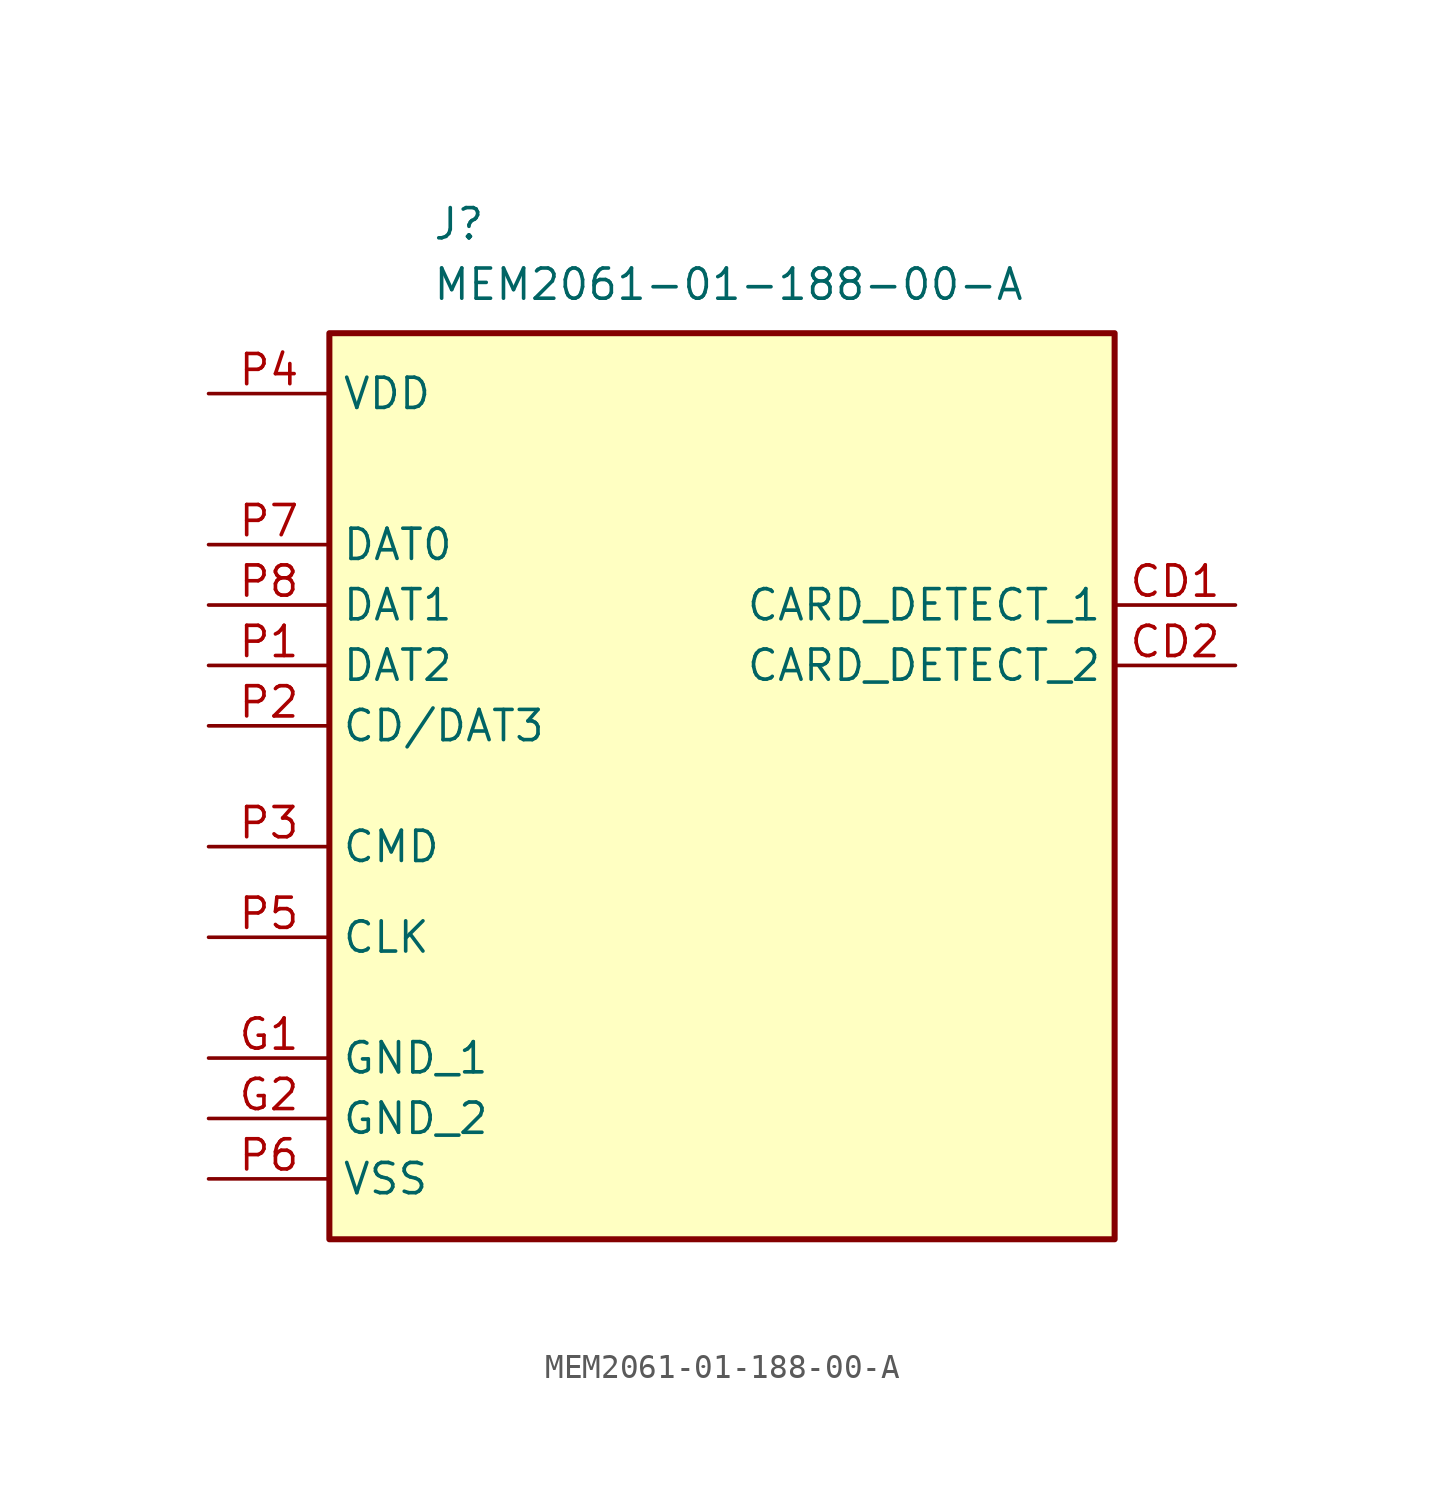
<source format=kicad_sym>
(kicad_symbol_lib
  (version 20231120)
  (generator "kicad_symbol_editor")
  (generator_version "8.0")
  (symbol "MEM2061-01-188-00-A"
    (property "Reference" "J"
      (at 9.398 7.874 0)
      (effects (font (size 1.27 1.27)) (justify left top)))
    (property "Value" "MEM2061-01-188-00-A"
      (at 9.398 5.334 0)
      (effects (font (size 1.27 1.27)) (justify left top)))
    (symbol "MEM2061-01-188-00-A_1_1"
      (rectangle (start 5.08 2.54) (end 38.1 -35.56) (stroke (width 0.254) (type default)) (fill (type background)))
      (pin passive line (at 43.18 -8.89 180) (length 5.08) (name "CARD_DETECT_1" (effects (font (size 1.27 1.27)))) (number "CD1" (effects (font (size 1.27 1.27)))))
      (pin passive line (at 43.18 -11.43 180) (length 5.08) (name "CARD_DETECT_2" (effects (font (size 1.27 1.27)))) (number "CD2" (effects (font (size 1.27 1.27)))))
      (pin passive line (at 0 -27.94 0) (length 5.08) (name "GND_1" (effects (font (size 1.27 1.27)))) (number "G1" (effects (font (size 1.27 1.27)))))
      (pin passive line (at 0 -30.48 0) (length 5.08) (name "GND_2" (effects (font (size 1.27 1.27)))) (number "G2" (effects (font (size 1.27 1.27)))))
      (pin passive line (at 0 -11.43 0) (length 5.08) (name "DAT2" (effects (font (size 1.27 1.27)))) (number "P1" (effects (font (size 1.27 1.27)))))
      (pin passive line (at 0 -13.97 0) (length 5.08) (name "CD/DAT3" (effects (font (size 1.27 1.27)))) (number "P2" (effects (font (size 1.27 1.27)))))
      (pin passive line (at 0 -19.05 0) (length 5.08) (name "CMD" (effects (font (size 1.27 1.27)))) (number "P3" (effects (font (size 1.27 1.27)))))
      (pin passive line (at 0 0 0) (length 5.08) (name "VDD" (effects (font (size 1.27 1.27)))) (number "P4" (effects (font (size 1.27 1.27)))))
      (pin passive line (at 0 -22.86 0) (length 5.08) (name "CLK" (effects (font (size 1.27 1.27)))) (number "P5" (effects (font (size 1.27 1.27)))))
      (pin passive line (at 0 -33.02 0) (length 5.08) (name "VSS" (effects (font (size 1.27 1.27)))) (number "P6" (effects (font (size 1.27 1.27)))))
      (pin passive line (at 0 -6.35 0) (length 5.08) (name "DAT0" (effects (font (size 1.27 1.27)))) (number "P7" (effects (font (size 1.27 1.27)))))
      (pin passive line (at 0 -8.89 0) (length 5.08) (name "DAT1" (effects (font (size 1.27 1.27)))) (number "P8" (effects (font (size 1.27 1.27))))))))
</source>
